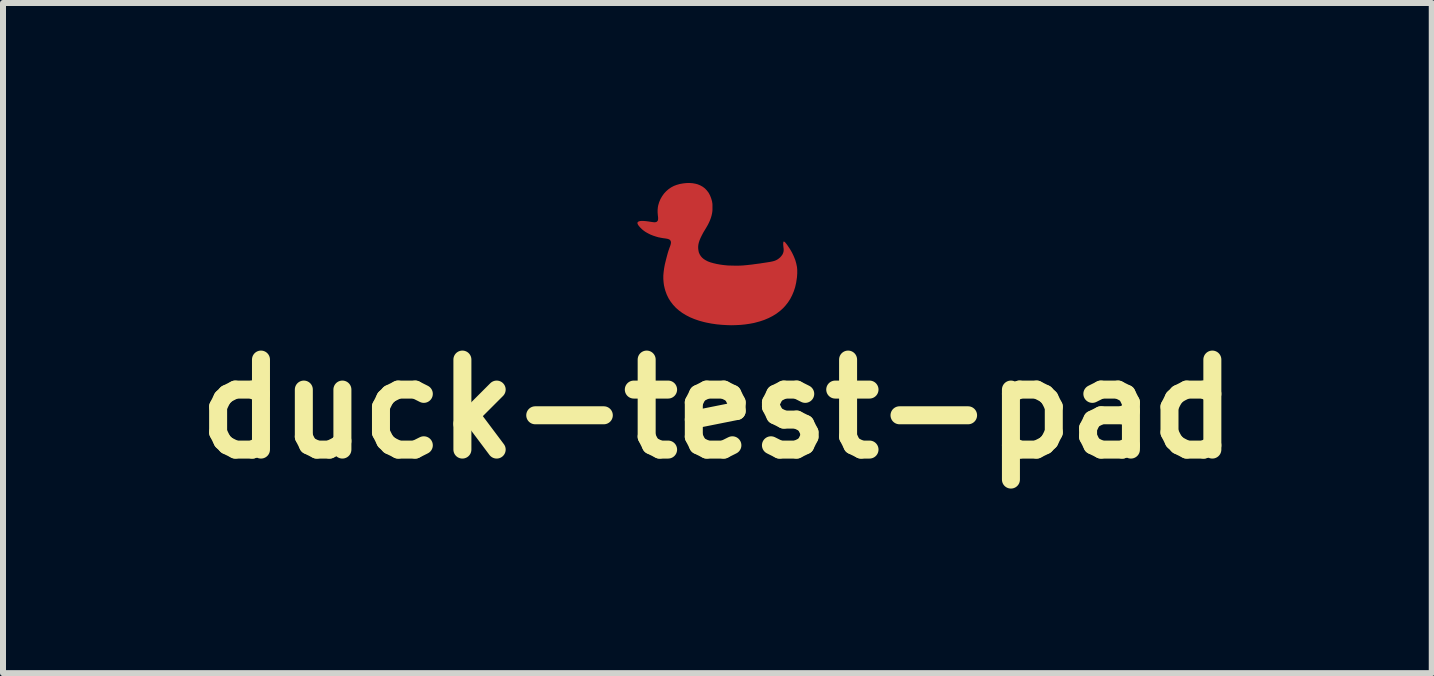
<source format=kicad_pcb>
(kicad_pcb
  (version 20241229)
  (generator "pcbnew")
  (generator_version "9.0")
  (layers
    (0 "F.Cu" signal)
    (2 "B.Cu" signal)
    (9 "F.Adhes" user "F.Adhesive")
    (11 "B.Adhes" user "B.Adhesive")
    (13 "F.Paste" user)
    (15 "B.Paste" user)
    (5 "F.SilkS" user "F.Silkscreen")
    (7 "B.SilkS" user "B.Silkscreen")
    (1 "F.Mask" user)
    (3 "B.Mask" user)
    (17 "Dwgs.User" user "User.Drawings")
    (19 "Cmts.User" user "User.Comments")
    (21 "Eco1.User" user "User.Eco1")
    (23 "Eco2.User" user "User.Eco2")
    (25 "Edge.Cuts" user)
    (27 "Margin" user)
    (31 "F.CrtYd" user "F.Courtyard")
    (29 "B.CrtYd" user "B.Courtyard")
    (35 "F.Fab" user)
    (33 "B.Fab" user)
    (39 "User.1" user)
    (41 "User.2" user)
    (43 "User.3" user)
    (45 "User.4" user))
  (footprint "duck-test-pad"
    (layer "F.Cu")
    (at 8.907 1.265)
    (property "Reference" "duck-test-pad" (at 0 2.5 0) (layer "F.SilkS") (effects (font (size 1.5 1.5) (thickness 0.3))))
    (attr board_only exclude_from_pos_files exclude_from_bom)
    (pad "1" smd custom (at 0 0.5) (size 0.2 0.2) (layers "F.Cu" "F.Mask") (options (anchor circle)) (primitives (gr_poly (pts (xy -0.411 -1.761) (xy -0.362 -1.752) (xy -0.329 -1.743) (xy -0.285 -1.725) (xy -0.244 -1.702) (xy -0.207 -1.674) (xy -0.175 -1.64) (xy -0.146 -1.602) (xy -0.123 -1.559) (xy -0.104 -1.511) (xy -0.089 -1.46) (xy -0.087 -1.446) (xy -0.085 -1.434) (xy -0.083 -1.421) (xy -0.082 -1.406) (xy -0.082 -1.388) (xy -0.082 -1.364) (xy -0.082 -1.36) (xy -0.082 -1.335) (xy -0.082 -1.315) (xy -0.083 -1.299) (xy -0.085 -1.284) (xy -0.087 -1.27) (xy -0.089 -1.257) (xy -0.098 -1.218) (xy -0.109 -1.181) (xy -0.123 -1.144) (xy -0.139 -1.107) (xy -0.159 -1.067) (xy -0.183 -1.025) (xy -0.201 -0.995) (xy -0.233 -0.942) (xy -0.259 -0.893) (xy -0.281 -0.848) (xy -0.298 -0.807) (xy -0.31 -0.769) (xy -0.317 -0.736) (xy -0.32 -0.708) (xy -0.32 -0.678) (xy -0.317 -0.649) (xy -0.312 -0.622) (xy -0.309 -0.608) (xy -0.295 -0.576) (xy -0.277 -0.547) (xy -0.255 -0.521) (xy -0.228 -0.498) (xy -0.195 -0.477) (xy -0.158 -0.458) (xy -0.115 -0.442) (xy -0.065 -0.428) (xy -0.01 -0.415) (xy 0.008 -0.412) (xy 0.047 -0.405) (xy 0.081 -0.4) (xy 0.113 -0.396) (xy 0.144 -0.393) (xy 0.177 -0.39) (xy 0.212 -0.389) (xy 0.252 -0.388) (xy 0.257 -0.388) (xy 0.289 -0.387) (xy 0.319 -0.387) (xy 0.348 -0.387) (xy 0.376 -0.388) (xy 0.405 -0.389) (xy 0.434 -0.391) (xy 0.464 -0.394) (xy 0.497 -0.397) (xy 0.532 -0.401) (xy 0.571 -0.405) (xy 0.613 -0.411) (xy 0.66 -0.417) (xy 0.712 -0.424) (xy 0.769 -0.433) (xy 0.797 -0.437) (xy 0.835 -0.443) (xy 0.867 -0.448) (xy 0.894 -0.453) (xy 0.918 -0.458) (xy 0.937 -0.463) (xy 0.954 -0.468) (xy 0.969 -0.474) (xy 0.984 -0.481) (xy 0.998 -0.488) (xy 0.999 -0.489) (xy 1.022 -0.505) (xy 1.045 -0.524) (xy 1.065 -0.546) (xy 1.081 -0.568) (xy 1.088 -0.579) (xy 1.097 -0.602) (xy 1.103 -0.624) (xy 1.105 -0.647) (xy 1.104 -0.674) (xy 1.102 -0.688) (xy 1.1 -0.706) (xy 1.098 -0.726) (xy 1.097 -0.744) (xy 1.097 -0.752) (xy 1.098 -0.769) (xy 1.1 -0.781) (xy 1.104 -0.788) (xy 1.11 -0.789) (xy 1.118 -0.785) (xy 1.129 -0.776) (xy 1.142 -0.76) (xy 1.159 -0.739) (xy 1.17 -0.723) (xy 1.21 -0.664) (xy 1.245 -0.603) (xy 1.274 -0.542) (xy 1.298 -0.482) (xy 1.315 -0.422) (xy 1.327 -0.364) (xy 1.327 -0.363) (xy 1.329 -0.342) (xy 1.331 -0.316) (xy 1.331 -0.287) (xy 1.331 -0.257) (xy 1.329 -0.226) (xy 1.327 -0.197) (xy 1.325 -0.182) (xy 1.313 -0.103) (xy 1.296 -0.028) (xy 1.273 0.042) (xy 1.245 0.108) (xy 1.213 0.17) (xy 1.175 0.228) (xy 1.132 0.282) (xy 1.097 0.32) (xy 1.044 0.368) (xy 0.986 0.412) (xy 0.923 0.451) (xy 0.855 0.486) (xy 0.782 0.517) (xy 0.704 0.543) (xy 0.621 0.565) (xy 0.61 0.568) (xy 0.541 0.581) (xy 0.466 0.592) (xy 0.389 0.6) (xy 0.31 0.604) (xy 0.23 0.606) (xy 0.162 0.604) (xy 0.074 0.599) (xy -0.011 0.591) (xy -0.094 0.579) (xy -0.173 0.564) (xy -0.222 0.553) (xy -0.306 0.53) (xy -0.384 0.503) (xy -0.456 0.473) (xy -0.524 0.438) (xy -0.586 0.4) (xy -0.643 0.358) (xy -0.694 0.313) (xy -0.74 0.263) (xy -0.78 0.211) (xy -0.815 0.155) (xy -0.844 0.095) (xy -0.867 0.032) (xy -0.878 -0.007) (xy -0.89 -0.06) (xy -0.897 -0.112) (xy -0.901 -0.166) (xy -0.901 -0.221) (xy -0.896 -0.279) (xy -0.888 -0.341) (xy -0.876 -0.406) (xy -0.861 -0.468) (xy -0.848 -0.519) (xy -0.836 -0.564) (xy -0.825 -0.604) (xy -0.814 -0.639) (xy -0.804 -0.667) (xy -0.8 -0.68) (xy -0.789 -0.708) (xy -0.781 -0.732) (xy -0.776 -0.752) (xy -0.774 -0.768) (xy -0.774 -0.781) (xy -0.777 -0.793) (xy -0.78 -0.8) (xy -0.786 -0.81) (xy -0.794 -0.818) (xy -0.804 -0.825) (xy -0.818 -0.83) (xy -0.835 -0.835) (xy -0.858 -0.839) (xy -0.886 -0.843) (xy -0.908 -0.846) (xy -0.931 -0.85) (xy -0.953 -0.854) (xy -0.971 -0.858) (xy -0.975 -0.858) (xy -1.021 -0.871) (xy -1.067 -0.886) (xy -1.113 -0.904) (xy -1.155 -0.925) (xy -1.194 -0.947) (xy -1.215 -0.961) (xy -1.235 -0.976) (xy -1.256 -0.993) (xy -1.275 -1.012) (xy -1.293 -1.03) (xy -1.308 -1.048) (xy -1.319 -1.063) (xy -1.323 -1.07) (xy -1.329 -1.083) (xy -1.332 -1.092) (xy -1.333 -1.098) (xy -1.331 -1.105) (xy -1.329 -1.11) (xy -1.32 -1.119) (xy -1.306 -1.126) (xy -1.285 -1.131) (xy -1.259 -1.133) (xy -1.227 -1.132) (xy -1.189 -1.129) (xy -1.144 -1.123) (xy -1.113 -1.118) (xy -1.085 -1.114) (xy -1.062 -1.111) (xy -1.044 -1.11) (xy -1.029 -1.112) (xy -1.018 -1.115) (xy -1.009 -1.12) (xy -1.001 -1.128) (xy -1.001 -1.128) (xy -0.995 -1.136) (xy -0.991 -1.144) (xy -0.989 -1.155) (xy -0.988 -1.169) (xy -0.988 -1.186) (xy -0.99 -1.209) (xy -0.992 -1.224) (xy -0.996 -1.273) (xy -0.996 -1.318) (xy -0.992 -1.36) (xy -0.986 -1.393) (xy -0.97 -1.446) (xy -0.949 -1.496) (xy -0.922 -1.543) (xy -0.891 -1.587) (xy -0.855 -1.626) (xy -0.815 -1.661) (xy -0.772 -1.691) (xy -0.725 -1.716) (xy -0.68 -1.733) (xy -0.627 -1.748) (xy -0.572 -1.758) (xy -0.517 -1.764) (xy -0.463 -1.765)) (width 0) (fill yes)))))
  (gr_rect
    (start -3 -3)
    (end 20.814 8.169)
    (stroke (width 0.1) (type default))
    (fill no)
    (layer "Edge.Cuts")))
</source>
